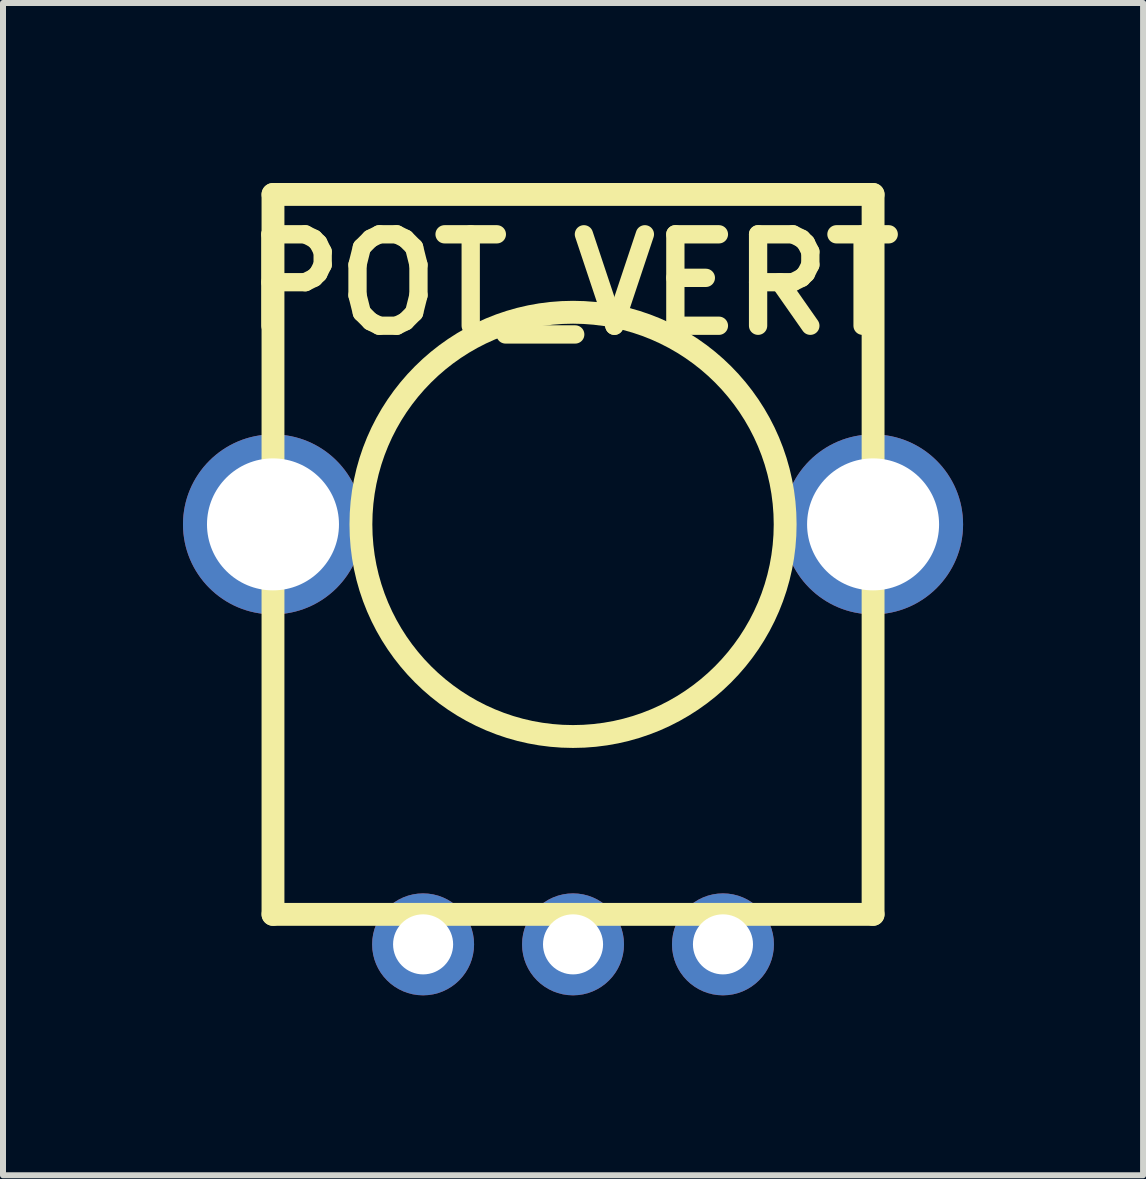
<source format=kicad_pcb>
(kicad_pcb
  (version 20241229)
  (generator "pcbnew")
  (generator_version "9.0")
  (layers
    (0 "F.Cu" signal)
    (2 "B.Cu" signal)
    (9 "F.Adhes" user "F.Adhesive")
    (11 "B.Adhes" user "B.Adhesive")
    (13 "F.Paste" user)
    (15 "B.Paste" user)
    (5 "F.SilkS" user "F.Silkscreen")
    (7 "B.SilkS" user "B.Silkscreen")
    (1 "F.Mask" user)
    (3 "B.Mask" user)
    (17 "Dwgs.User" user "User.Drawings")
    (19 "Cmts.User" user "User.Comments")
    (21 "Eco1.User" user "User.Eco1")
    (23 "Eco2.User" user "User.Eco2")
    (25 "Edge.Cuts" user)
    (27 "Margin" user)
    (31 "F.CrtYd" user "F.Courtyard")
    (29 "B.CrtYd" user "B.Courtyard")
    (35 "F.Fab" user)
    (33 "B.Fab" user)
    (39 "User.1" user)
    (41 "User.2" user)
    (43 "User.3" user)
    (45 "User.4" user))
  (footprint "POT_VERT"
    (layer "F.Cu")
    (at 6.501 5.69)
    (property "Reference" "POT_VERT" (at 0 -4 0) (layer "F.SilkS") (effects (font (size 1.524 1.524) (thickness 0.305))))
    (attr through_hole)
    (fp_line (start -5.001 -5.499) (end 5.001 -5.499) (stroke (width 0.381) (type solid)) (layer "F.SilkS"))
    (fp_line (start -5.001 6.5) (end -5.001 -5.499) (stroke (width 0.381) (type solid)) (layer "F.SilkS"))
    (fp_line (start 5.001 -5.499) (end 5.001 6.5) (stroke (width 0.381) (type solid)) (layer "F.SilkS"))
    (fp_line (start 5.001 6.5) (end -5.001 6.5) (stroke (width 0.381) (type solid)) (layer "F.SilkS"))
    (fp_circle (center 0 0) (end 3.5 -0.5) (stroke (width 0.381) (type solid)) (fill no) (layer "F.SilkS"))
    (pad "1" thru_hole circle (at -2.499 7) (size 1.699 1.699) (drill 1.001) (layers "*.Cu" "*.Mask"))
    (pad "2" thru_hole circle (at 0 7) (size 1.699 1.699) (drill 1.001) (layers "*.Cu" "*.Mask"))
    (pad "3" thru_hole circle (at 2.499 7) (size 1.699 1.699) (drill 1.001) (layers "*.Cu" "*.Mask"))
    (pad "4" thru_hole circle (at -5.001 0) (size 3 3) (drill 2.2) (layers "*.Cu" "*.Mask"))
    (pad "5" thru_hole circle (at 5.001 0) (size 3 3) (drill 2.2) (layers "*.Cu" "*.Mask")))
  (gr_rect
    (start -3 -3)
    (end 16.002 16.539)
    (stroke (width 0.1) (type default))
    (fill no)
    (layer "Edge.Cuts")))
</source>
